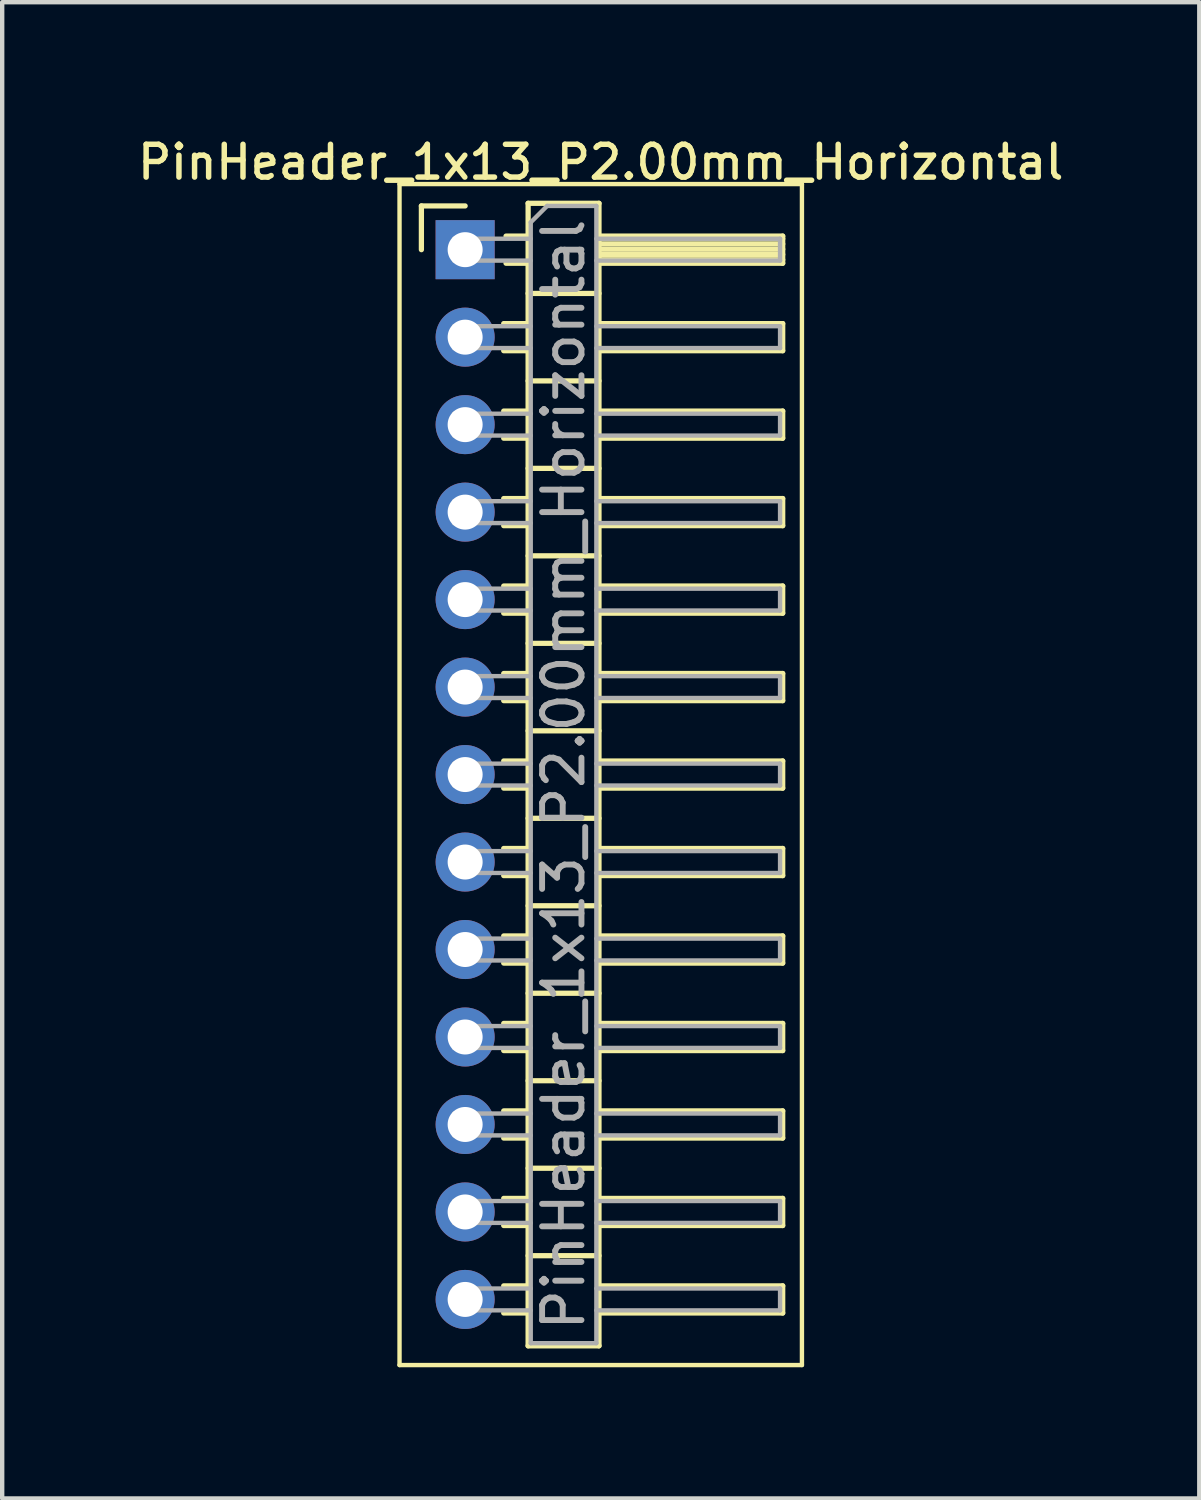
<source format=kicad_pcb>
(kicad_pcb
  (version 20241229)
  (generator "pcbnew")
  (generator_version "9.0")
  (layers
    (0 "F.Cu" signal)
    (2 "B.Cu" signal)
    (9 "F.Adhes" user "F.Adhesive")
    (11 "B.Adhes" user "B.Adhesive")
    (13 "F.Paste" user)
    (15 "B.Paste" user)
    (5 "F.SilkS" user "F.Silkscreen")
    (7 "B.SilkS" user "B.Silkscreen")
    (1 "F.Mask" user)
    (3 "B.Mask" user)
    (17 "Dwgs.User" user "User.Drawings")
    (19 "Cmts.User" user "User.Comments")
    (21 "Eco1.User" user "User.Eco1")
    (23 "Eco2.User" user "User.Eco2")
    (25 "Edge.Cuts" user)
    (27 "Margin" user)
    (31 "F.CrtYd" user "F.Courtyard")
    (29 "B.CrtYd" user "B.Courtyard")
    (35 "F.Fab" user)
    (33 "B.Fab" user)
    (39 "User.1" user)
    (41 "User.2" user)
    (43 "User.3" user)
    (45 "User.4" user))
  (footprint "PinHeader_1x13_P2.00mm_Horizontal"
    (layer "F.Cu")
    (at 7.584 2.658)
    (property "Reference" "PinHeader_1x13_P2.00mm_Horizontal" (at 3.1 -2 0) (layer "F.SilkS") (effects (font (size 0.75 0.75) (thickness 0.125))))
    (attr through_hole)
    (fp_line (start -1.5 -1.5) (end -1.5 25.5) (stroke (width 0.1) (type solid)) (layer "F.SilkS"))
    (fp_line (start -1.5 25.5) (end 7.7 25.5) (stroke (width 0.1) (type solid)) (layer "F.SilkS"))
    (fp_line (start -1 -1) (end 0 -1) (stroke (width 0.12) (type solid)) (layer "F.SilkS"))
    (fp_line (start -1 0) (end -1 -1) (stroke (width 0.12) (type solid)) (layer "F.SilkS"))
    (fp_line (start 0.882 1.69) (end 1.44 1.69) (stroke (width 0.12) (type solid)) (layer "F.SilkS"))
    (fp_line (start 0.882 2.31) (end 1.44 2.31) (stroke (width 0.12) (type solid)) (layer "F.SilkS"))
    (fp_line (start 0.882 3.69) (end 1.44 3.69) (stroke (width 0.12) (type solid)) (layer "F.SilkS"))
    (fp_line (start 0.882 4.31) (end 1.44 4.31) (stroke (width 0.12) (type solid)) (layer "F.SilkS"))
    (fp_line (start 0.882 5.69) (end 1.44 5.69) (stroke (width 0.12) (type solid)) (layer "F.SilkS"))
    (fp_line (start 0.882 6.31) (end 1.44 6.31) (stroke (width 0.12) (type solid)) (layer "F.SilkS"))
    (fp_line (start 0.882 7.69) (end 1.44 7.69) (stroke (width 0.12) (type solid)) (layer "F.SilkS"))
    (fp_line (start 0.882 8.31) (end 1.44 8.31) (stroke (width 0.12) (type solid)) (layer "F.SilkS"))
    (fp_line (start 0.882 9.69) (end 1.44 9.69) (stroke (width 0.12) (type solid)) (layer "F.SilkS"))
    (fp_line (start 0.882 10.31) (end 1.44 10.31) (stroke (width 0.12) (type solid)) (layer "F.SilkS"))
    (fp_line (start 0.882 11.69) (end 1.44 11.69) (stroke (width 0.12) (type solid)) (layer "F.SilkS"))
    (fp_line (start 0.882 12.31) (end 1.44 12.31) (stroke (width 0.12) (type solid)) (layer "F.SilkS"))
    (fp_line (start 0.882 13.69) (end 1.44 13.69) (stroke (width 0.12) (type solid)) (layer "F.SilkS"))
    (fp_line (start 0.882 14.31) (end 1.44 14.31) (stroke (width 0.12) (type solid)) (layer "F.SilkS"))
    (fp_line (start 0.882 15.69) (end 1.44 15.69) (stroke (width 0.12) (type solid)) (layer "F.SilkS"))
    (fp_line (start 0.882 16.31) (end 1.44 16.31) (stroke (width 0.12) (type solid)) (layer "F.SilkS"))
    (fp_line (start 0.882 17.69) (end 1.44 17.69) (stroke (width 0.12) (type solid)) (layer "F.SilkS"))
    (fp_line (start 0.882 18.31) (end 1.44 18.31) (stroke (width 0.12) (type solid)) (layer "F.SilkS"))
    (fp_line (start 0.882 19.69) (end 1.44 19.69) (stroke (width 0.12) (type solid)) (layer "F.SilkS"))
    (fp_line (start 0.882 20.31) (end 1.44 20.31) (stroke (width 0.12) (type solid)) (layer "F.SilkS"))
    (fp_line (start 0.882 21.69) (end 1.44 21.69) (stroke (width 0.12) (type solid)) (layer "F.SilkS"))
    (fp_line (start 0.882 22.31) (end 1.44 22.31) (stroke (width 0.12) (type solid)) (layer "F.SilkS"))
    (fp_line (start 0.882 23.69) (end 1.44 23.69) (stroke (width 0.12) (type solid)) (layer "F.SilkS"))
    (fp_line (start 0.882 24.31) (end 1.44 24.31) (stroke (width 0.12) (type solid)) (layer "F.SilkS"))
    (fp_line (start 0.935 -0.31) (end 1.44 -0.31) (stroke (width 0.12) (type solid)) (layer "F.SilkS"))
    (fp_line (start 0.935 0.31) (end 1.44 0.31) (stroke (width 0.12) (type solid)) (layer "F.SilkS"))
    (fp_line (start 1.44 -1.06) (end 1.44 25.06) (stroke (width 0.12) (type solid)) (layer "F.SilkS"))
    (fp_line (start 1.44 1) (end 3.06 1) (stroke (width 0.12) (type solid)) (layer "F.SilkS"))
    (fp_line (start 1.44 3) (end 3.06 3) (stroke (width 0.12) (type solid)) (layer "F.SilkS"))
    (fp_line (start 1.44 5) (end 3.06 5) (stroke (width 0.12) (type solid)) (layer "F.SilkS"))
    (fp_line (start 1.44 7) (end 3.06 7) (stroke (width 0.12) (type solid)) (layer "F.SilkS"))
    (fp_line (start 1.44 9) (end 3.06 9) (stroke (width 0.12) (type solid)) (layer "F.SilkS"))
    (fp_line (start 1.44 11) (end 3.06 11) (stroke (width 0.12) (type solid)) (layer "F.SilkS"))
    (fp_line (start 1.44 13) (end 3.06 13) (stroke (width 0.12) (type solid)) (layer "F.SilkS"))
    (fp_line (start 1.44 15) (end 3.06 15) (stroke (width 0.12) (type solid)) (layer "F.SilkS"))
    (fp_line (start 1.44 17) (end 3.06 17) (stroke (width 0.12) (type solid)) (layer "F.SilkS"))
    (fp_line (start 1.44 19) (end 3.06 19) (stroke (width 0.12) (type solid)) (layer "F.SilkS"))
    (fp_line (start 1.44 21) (end 3.06 21) (stroke (width 0.12) (type solid)) (layer "F.SilkS"))
    (fp_line (start 1.44 23) (end 3.06 23) (stroke (width 0.12) (type solid)) (layer "F.SilkS"))
    (fp_line (start 1.44 25.06) (end 3.06 25.06) (stroke (width 0.12) (type solid)) (layer "F.SilkS"))
    (fp_line (start 3.06 -1.06) (end 1.44 -1.06) (stroke (width 0.12) (type solid)) (layer "F.SilkS"))
    (fp_line (start 3.06 -0.31) (end 7.26 -0.31) (stroke (width 0.12) (type solid)) (layer "F.SilkS"))
    (fp_line (start 3.06 -0.25) (end 7.26 -0.25) (stroke (width 0.12) (type solid)) (layer "F.SilkS"))
    (fp_line (start 3.06 -0.13) (end 7.26 -0.13) (stroke (width 0.12) (type solid)) (layer "F.SilkS"))
    (fp_line (start 3.06 -0.01) (end 7.26 -0.01) (stroke (width 0.12) (type solid)) (layer "F.SilkS"))
    (fp_line (start 3.06 0.11) (end 7.26 0.11) (stroke (width 0.12) (type solid)) (layer "F.SilkS"))
    (fp_line (start 3.06 0.23) (end 7.26 0.23) (stroke (width 0.12) (type solid)) (layer "F.SilkS"))
    (fp_line (start 3.06 1.69) (end 7.26 1.69) (stroke (width 0.12) (type solid)) (layer "F.SilkS"))
    (fp_line (start 3.06 3.69) (end 7.26 3.69) (stroke (width 0.12) (type solid)) (layer "F.SilkS"))
    (fp_line (start 3.06 5.69) (end 7.26 5.69) (stroke (width 0.12) (type solid)) (layer "F.SilkS"))
    (fp_line (start 3.06 7.69) (end 7.26 7.69) (stroke (width 0.12) (type solid)) (layer "F.SilkS"))
    (fp_line (start 3.06 9.69) (end 7.26 9.69) (stroke (width 0.12) (type solid)) (layer "F.SilkS"))
    (fp_line (start 3.06 11.69) (end 7.26 11.69) (stroke (width 0.12) (type solid)) (layer "F.SilkS"))
    (fp_line (start 3.06 13.69) (end 7.26 13.69) (stroke (width 0.12) (type solid)) (layer "F.SilkS"))
    (fp_line (start 3.06 15.69) (end 7.26 15.69) (stroke (width 0.12) (type solid)) (layer "F.SilkS"))
    (fp_line (start 3.06 17.69) (end 7.26 17.69) (stroke (width 0.12) (type solid)) (layer "F.SilkS"))
    (fp_line (start 3.06 19.69) (end 7.26 19.69) (stroke (width 0.12) (type solid)) (layer "F.SilkS"))
    (fp_line (start 3.06 21.69) (end 7.26 21.69) (stroke (width 0.12) (type solid)) (layer "F.SilkS"))
    (fp_line (start 3.06 23.69) (end 7.26 23.69) (stroke (width 0.12) (type solid)) (layer "F.SilkS"))
    (fp_line (start 3.06 25.06) (end 3.06 -1.06) (stroke (width 0.12) (type solid)) (layer "F.SilkS"))
    (fp_line (start 7.26 -0.31) (end 7.26 0.31) (stroke (width 0.12) (type solid)) (layer "F.SilkS"))
    (fp_line (start 7.26 0.31) (end 3.06 0.31) (stroke (width 0.12) (type solid)) (layer "F.SilkS"))
    (fp_line (start 7.26 1.69) (end 7.26 2.31) (stroke (width 0.12) (type solid)) (layer "F.SilkS"))
    (fp_line (start 7.26 2.31) (end 3.06 2.31) (stroke (width 0.12) (type solid)) (layer "F.SilkS"))
    (fp_line (start 7.26 3.69) (end 7.26 4.31) (stroke (width 0.12) (type solid)) (layer "F.SilkS"))
    (fp_line (start 7.26 4.31) (end 3.06 4.31) (stroke (width 0.12) (type solid)) (layer "F.SilkS"))
    (fp_line (start 7.26 5.69) (end 7.26 6.31) (stroke (width 0.12) (type solid)) (layer "F.SilkS"))
    (fp_line (start 7.26 6.31) (end 3.06 6.31) (stroke (width 0.12) (type solid)) (layer "F.SilkS"))
    (fp_line (start 7.26 7.69) (end 7.26 8.31) (stroke (width 0.12) (type solid)) (layer "F.SilkS"))
    (fp_line (start 7.26 8.31) (end 3.06 8.31) (stroke (width 0.12) (type solid)) (layer "F.SilkS"))
    (fp_line (start 7.26 9.69) (end 7.26 10.31) (stroke (width 0.12) (type solid)) (layer "F.SilkS"))
    (fp_line (start 7.26 10.31) (end 3.06 10.31) (stroke (width 0.12) (type solid)) (layer "F.SilkS"))
    (fp_line (start 7.26 11.69) (end 7.26 12.31) (stroke (width 0.12) (type solid)) (layer "F.SilkS"))
    (fp_line (start 7.26 12.31) (end 3.06 12.31) (stroke (width 0.12) (type solid)) (layer "F.SilkS"))
    (fp_line (start 7.26 13.69) (end 7.26 14.31) (stroke (width 0.12) (type solid)) (layer "F.SilkS"))
    (fp_line (start 7.26 14.31) (end 3.06 14.31) (stroke (width 0.12) (type solid)) (layer "F.SilkS"))
    (fp_line (start 7.26 15.69) (end 7.26 16.31) (stroke (width 0.12) (type solid)) (layer "F.SilkS"))
    (fp_line (start 7.26 16.31) (end 3.06 16.31) (stroke (width 0.12) (type solid)) (layer "F.SilkS"))
    (fp_line (start 7.26 17.69) (end 7.26 18.31) (stroke (width 0.12) (type solid)) (layer "F.SilkS"))
    (fp_line (start 7.26 18.31) (end 3.06 18.31) (stroke (width 0.12) (type solid)) (layer "F.SilkS"))
    (fp_line (start 7.26 19.69) (end 7.26 20.31) (stroke (width 0.12) (type solid)) (layer "F.SilkS"))
    (fp_line (start 7.26 20.31) (end 3.06 20.31) (stroke (width 0.12) (type solid)) (layer "F.SilkS"))
    (fp_line (start 7.26 21.69) (end 7.26 22.31) (stroke (width 0.12) (type solid)) (layer "F.SilkS"))
    (fp_line (start 7.26 22.31) (end 3.06 22.31) (stroke (width 0.12) (type solid)) (layer "F.SilkS"))
    (fp_line (start 7.26 23.69) (end 7.26 24.31) (stroke (width 0.12) (type solid)) (layer "F.SilkS"))
    (fp_line (start 7.26 24.31) (end 3.06 24.31) (stroke (width 0.12) (type solid)) (layer "F.SilkS"))
    (fp_line (start 7.7 -1.5) (end -1.5 -1.5) (stroke (width 0.1) (type solid)) (layer "F.SilkS"))
    (fp_line (start 7.7 25.5) (end 7.7 -1.5) (stroke (width 0.1) (type solid)) (layer "F.SilkS"))
    (fp_line (start -0.25 -0.25) (end -0.25 0.25) (stroke (width 0.1) (type solid)) (layer "F.Fab"))
    (fp_line (start -0.25 -0.25) (end 1.5 -0.25) (stroke (width 0.1) (type solid)) (layer "F.Fab"))
    (fp_line (start -0.25 0.25) (end 1.5 0.25) (stroke (width 0.1) (type solid)) (layer "F.Fab"))
    (fp_line (start -0.25 1.75) (end -0.25 2.25) (stroke (width 0.1) (type solid)) (layer "F.Fab"))
    (fp_line (start -0.25 1.75) (end 1.5 1.75) (stroke (width 0.1) (type solid)) (layer "F.Fab"))
    (fp_line (start -0.25 2.25) (end 1.5 2.25) (stroke (width 0.1) (type solid)) (layer "F.Fab"))
    (fp_line (start -0.25 3.75) (end -0.25 4.25) (stroke (width 0.1) (type solid)) (layer "F.Fab"))
    (fp_line (start -0.25 3.75) (end 1.5 3.75) (stroke (width 0.1) (type solid)) (layer "F.Fab"))
    (fp_line (start -0.25 4.25) (end 1.5 4.25) (stroke (width 0.1) (type solid)) (layer "F.Fab"))
    (fp_line (start -0.25 5.75) (end -0.25 6.25) (stroke (width 0.1) (type solid)) (layer "F.Fab"))
    (fp_line (start -0.25 5.75) (end 1.5 5.75) (stroke (width 0.1) (type solid)) (layer "F.Fab"))
    (fp_line (start -0.25 6.25) (end 1.5 6.25) (stroke (width 0.1) (type solid)) (layer "F.Fab"))
    (fp_line (start -0.25 7.75) (end -0.25 8.25) (stroke (width 0.1) (type solid)) (layer "F.Fab"))
    (fp_line (start -0.25 7.75) (end 1.5 7.75) (stroke (width 0.1) (type solid)) (layer "F.Fab"))
    (fp_line (start -0.25 8.25) (end 1.5 8.25) (stroke (width 0.1) (type solid)) (layer "F.Fab"))
    (fp_line (start -0.25 9.75) (end -0.25 10.25) (stroke (width 0.1) (type solid)) (layer "F.Fab"))
    (fp_line (start -0.25 9.75) (end 1.5 9.75) (stroke (width 0.1) (type solid)) (layer "F.Fab"))
    (fp_line (start -0.25 10.25) (end 1.5 10.25) (stroke (width 0.1) (type solid)) (layer "F.Fab"))
    (fp_line (start -0.25 11.75) (end -0.25 12.25) (stroke (width 0.1) (type solid)) (layer "F.Fab"))
    (fp_line (start -0.25 11.75) (end 1.5 11.75) (stroke (width 0.1) (type solid)) (layer "F.Fab"))
    (fp_line (start -0.25 12.25) (end 1.5 12.25) (stroke (width 0.1) (type solid)) (layer "F.Fab"))
    (fp_line (start -0.25 13.75) (end -0.25 14.25) (stroke (width 0.1) (type solid)) (layer "F.Fab"))
    (fp_line (start -0.25 13.75) (end 1.5 13.75) (stroke (width 0.1) (type solid)) (layer "F.Fab"))
    (fp_line (start -0.25 14.25) (end 1.5 14.25) (stroke (width 0.1) (type solid)) (layer "F.Fab"))
    (fp_line (start -0.25 15.75) (end -0.25 16.25) (stroke (width 0.1) (type solid)) (layer "F.Fab"))
    (fp_line (start -0.25 15.75) (end 1.5 15.75) (stroke (width 0.1) (type solid)) (layer "F.Fab"))
    (fp_line (start -0.25 16.25) (end 1.5 16.25) (stroke (width 0.1) (type solid)) (layer "F.Fab"))
    (fp_line (start -0.25 17.75) (end -0.25 18.25) (stroke (width 0.1) (type solid)) (layer "F.Fab"))
    (fp_line (start -0.25 17.75) (end 1.5 17.75) (stroke (width 0.1) (type solid)) (layer "F.Fab"))
    (fp_line (start -0.25 18.25) (end 1.5 18.25) (stroke (width 0.1) (type solid)) (layer "F.Fab"))
    (fp_line (start -0.25 19.75) (end -0.25 20.25) (stroke (width 0.1) (type solid)) (layer "F.Fab"))
    (fp_line (start -0.25 19.75) (end 1.5 19.75) (stroke (width 0.1) (type solid)) (layer "F.Fab"))
    (fp_line (start -0.25 20.25) (end 1.5 20.25) (stroke (width 0.1) (type solid)) (layer "F.Fab"))
    (fp_line (start -0.25 21.75) (end -0.25 22.25) (stroke (width 0.1) (type solid)) (layer "F.Fab"))
    (fp_line (start -0.25 21.75) (end 1.5 21.75) (stroke (width 0.1) (type solid)) (layer "F.Fab"))
    (fp_line (start -0.25 22.25) (end 1.5 22.25) (stroke (width 0.1) (type solid)) (layer "F.Fab"))
    (fp_line (start -0.25 23.75) (end -0.25 24.25) (stroke (width 0.1) (type solid)) (layer "F.Fab"))
    (fp_line (start -0.25 23.75) (end 1.5 23.75) (stroke (width 0.1) (type solid)) (layer "F.Fab"))
    (fp_line (start -0.25 24.25) (end 1.5 24.25) (stroke (width 0.1) (type solid)) (layer "F.Fab"))
    (fp_line (start 1.5 -0.625) (end 1.875 -1) (stroke (width 0.1) (type solid)) (layer "F.Fab"))
    (fp_line (start 1.5 25) (end 1.5 -0.625) (stroke (width 0.1) (type solid)) (layer "F.Fab"))
    (fp_line (start 1.875 -1) (end 3 -1) (stroke (width 0.1) (type solid)) (layer "F.Fab"))
    (fp_line (start 3 -1) (end 3 25) (stroke (width 0.1) (type solid)) (layer "F.Fab"))
    (fp_line (start 3 -0.25) (end 7.2 -0.25) (stroke (width 0.1) (type solid)) (layer "F.Fab"))
    (fp_line (start 3 0.25) (end 7.2 0.25) (stroke (width 0.1) (type solid)) (layer "F.Fab"))
    (fp_line (start 3 1.75) (end 7.2 1.75) (stroke (width 0.1) (type solid)) (layer "F.Fab"))
    (fp_line (start 3 2.25) (end 7.2 2.25) (stroke (width 0.1) (type solid)) (layer "F.Fab"))
    (fp_line (start 3 3.75) (end 7.2 3.75) (stroke (width 0.1) (type solid)) (layer "F.Fab"))
    (fp_line (start 3 4.25) (end 7.2 4.25) (stroke (width 0.1) (type solid)) (layer "F.Fab"))
    (fp_line (start 3 5.75) (end 7.2 5.75) (stroke (width 0.1) (type solid)) (layer "F.Fab"))
    (fp_line (start 3 6.25) (end 7.2 6.25) (stroke (width 0.1) (type solid)) (layer "F.Fab"))
    (fp_line (start 3 7.75) (end 7.2 7.75) (stroke (width 0.1) (type solid)) (layer "F.Fab"))
    (fp_line (start 3 8.25) (end 7.2 8.25) (stroke (width 0.1) (type solid)) (layer "F.Fab"))
    (fp_line (start 3 9.75) (end 7.2 9.75) (stroke (width 0.1) (type solid)) (layer "F.Fab"))
    (fp_line (start 3 10.25) (end 7.2 10.25) (stroke (width 0.1) (type solid)) (layer "F.Fab"))
    (fp_line (start 3 11.75) (end 7.2 11.75) (stroke (width 0.1) (type solid)) (layer "F.Fab"))
    (fp_line (start 3 12.25) (end 7.2 12.25) (stroke (width 0.1) (type solid)) (layer "F.Fab"))
    (fp_line (start 3 13.75) (end 7.2 13.75) (stroke (width 0.1) (type solid)) (layer "F.Fab"))
    (fp_line (start 3 14.25) (end 7.2 14.25) (stroke (width 0.1) (type solid)) (layer "F.Fab"))
    (fp_line (start 3 15.75) (end 7.2 15.75) (stroke (width 0.1) (type solid)) (layer "F.Fab"))
    (fp_line (start 3 16.25) (end 7.2 16.25) (stroke (width 0.1) (type solid)) (layer "F.Fab"))
    (fp_line (start 3 17.75) (end 7.2 17.75) (stroke (width 0.1) (type solid)) (layer "F.Fab"))
    (fp_line (start 3 18.25) (end 7.2 18.25) (stroke (width 0.1) (type solid)) (layer "F.Fab"))
    (fp_line (start 3 19.75) (end 7.2 19.75) (stroke (width 0.1) (type solid)) (layer "F.Fab"))
    (fp_line (start 3 20.25) (end 7.2 20.25) (stroke (width 0.1) (type solid)) (layer "F.Fab"))
    (fp_line (start 3 21.75) (end 7.2 21.75) (stroke (width 0.1) (type solid)) (layer "F.Fab"))
    (fp_line (start 3 22.25) (end 7.2 22.25) (stroke (width 0.1) (type solid)) (layer "F.Fab"))
    (fp_line (start 3 23.75) (end 7.2 23.75) (stroke (width 0.1) (type solid)) (layer "F.Fab"))
    (fp_line (start 3 24.25) (end 7.2 24.25) (stroke (width 0.1) (type solid)) (layer "F.Fab"))
    (fp_line (start 3 25) (end 1.5 25) (stroke (width 0.1) (type solid)) (layer "F.Fab"))
    (fp_line (start 7.2 -0.25) (end 7.2 0.25) (stroke (width 0.1) (type solid)) (layer "F.Fab"))
    (fp_line (start 7.2 1.75) (end 7.2 2.25) (stroke (width 0.1) (type solid)) (layer "F.Fab"))
    (fp_line (start 7.2 3.75) (end 7.2 4.25) (stroke (width 0.1) (type solid)) (layer "F.Fab"))
    (fp_line (start 7.2 5.75) (end 7.2 6.25) (stroke (width 0.1) (type solid)) (layer "F.Fab"))
    (fp_line (start 7.2 7.75) (end 7.2 8.25) (stroke (width 0.1) (type solid)) (layer "F.Fab"))
    (fp_line (start 7.2 9.75) (end 7.2 10.25) (stroke (width 0.1) (type solid)) (layer "F.Fab"))
    (fp_line (start 7.2 11.75) (end 7.2 12.25) (stroke (width 0.1) (type solid)) (layer "F.Fab"))
    (fp_line (start 7.2 13.75) (end 7.2 14.25) (stroke (width 0.1) (type solid)) (layer "F.Fab"))
    (fp_line (start 7.2 15.75) (end 7.2 16.25) (stroke (width 0.1) (type solid)) (layer "F.Fab"))
    (fp_line (start 7.2 17.75) (end 7.2 18.25) (stroke (width 0.1) (type solid)) (layer "F.Fab"))
    (fp_line (start 7.2 19.75) (end 7.2 20.25) (stroke (width 0.1) (type solid)) (layer "F.Fab"))
    (fp_line (start 7.2 21.75) (end 7.2 22.25) (stroke (width 0.1) (type solid)) (layer "F.Fab"))
    (fp_line (start 7.2 23.75) (end 7.2 24.25) (stroke (width 0.1) (type solid)) (layer "F.Fab"))
    (fp_text user "${REFERENCE}" (at 2.25 12 90) (layer "F.Fab") (effects (font (size 0.9 0.9) (thickness 0.135))))
    (pad "1" thru_hole rect (at 0 0) (size 1.35 1.35) (drill 0.8) (layers "*.Cu" "*.Mask"))
    (pad "2" thru_hole oval (at 0 2) (size 1.35 1.35) (drill 0.8) (layers "*.Cu" "*.Mask"))
    (pad "3" thru_hole oval (at 0 4) (size 1.35 1.35) (drill 0.8) (layers "*.Cu" "*.Mask"))
    (pad "4" thru_hole oval (at 0 6) (size 1.35 1.35) (drill 0.8) (layers "*.Cu" "*.Mask"))
    (pad "5" thru_hole oval (at 0 8) (size 1.35 1.35) (drill 0.8) (layers "*.Cu" "*.Mask"))
    (pad "6" thru_hole oval (at 0 10) (size 1.35 1.35) (drill 0.8) (layers "*.Cu" "*.Mask"))
    (pad "7" thru_hole oval (at 0 12) (size 1.35 1.35) (drill 0.8) (layers "*.Cu" "*.Mask"))
    (pad "8" thru_hole oval (at 0 14) (size 1.35 1.35) (drill 0.8) (layers "*.Cu" "*.Mask"))
    (pad "9" thru_hole oval (at 0 16) (size 1.35 1.35) (drill 0.8) (layers "*.Cu" "*.Mask"))
    (pad "10" thru_hole oval (at 0 18) (size 1.35 1.35) (drill 0.8) (layers "*.Cu" "*.Mask"))
    (pad "11" thru_hole oval (at 0 20) (size 1.35 1.35) (drill 0.8) (layers "*.Cu" "*.Mask"))
    (pad "12" thru_hole oval (at 0 22) (size 1.35 1.35) (drill 0.8) (layers "*.Cu" "*.Mask"))
    (pad "13" thru_hole oval (at 0 24) (size 1.35 1.35) (drill 0.8) (layers "*.Cu" "*.Mask")))
  (gr_rect
    (start -3 -3)
    (end 24.368 31.208)
    (stroke (width 0.1) (type default))
    (fill no)
    (layer "Edge.Cuts")))
</source>
